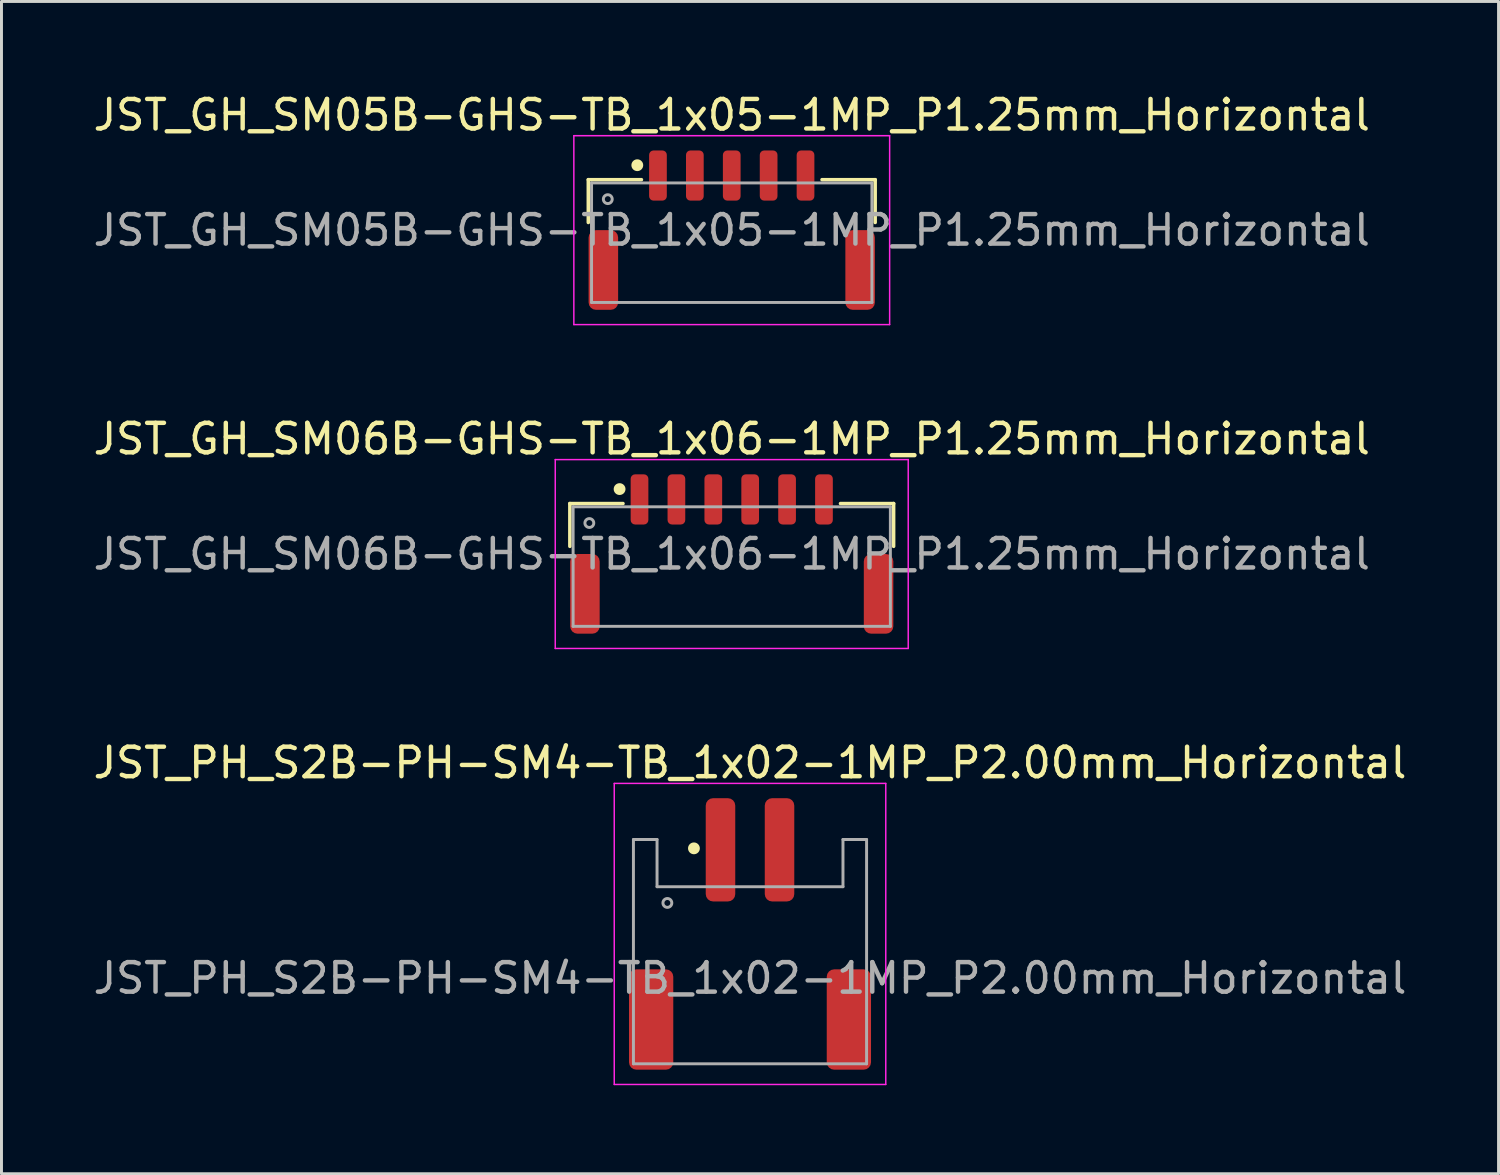
<source format=kicad_pcb>
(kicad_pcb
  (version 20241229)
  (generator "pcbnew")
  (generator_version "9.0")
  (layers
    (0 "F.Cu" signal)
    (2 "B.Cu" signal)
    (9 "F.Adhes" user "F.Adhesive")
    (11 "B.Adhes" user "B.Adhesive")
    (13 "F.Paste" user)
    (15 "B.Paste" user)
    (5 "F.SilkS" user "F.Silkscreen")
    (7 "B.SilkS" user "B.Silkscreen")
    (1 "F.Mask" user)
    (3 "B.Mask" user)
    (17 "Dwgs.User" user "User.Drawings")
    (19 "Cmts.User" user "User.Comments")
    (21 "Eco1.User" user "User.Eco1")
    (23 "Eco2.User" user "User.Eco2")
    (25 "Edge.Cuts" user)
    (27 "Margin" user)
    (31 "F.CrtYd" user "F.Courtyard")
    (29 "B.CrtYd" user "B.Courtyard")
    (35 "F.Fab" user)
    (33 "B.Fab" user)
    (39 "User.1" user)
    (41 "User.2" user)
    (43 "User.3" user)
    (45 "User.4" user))
  (footprint "JST_GH_SM06B-GHS-TB_1x06-1MP_P1.25mm_Horizontal"
    (layer "F.Cu")
    (at 21.744 15.722)
    (property "Reference" "JST_GH_SM06B-GHS-TB_1x06-1MP_P1.25mm_Horizontal" (at 0 -3.9 0) (layer "F.SilkS") (effects (font (size 1 1) (thickness 0.15))))
    (attr smd)
    (fp_line (start -5.485 -1.71) (end -3.685 -1.71) (stroke (width 0.12) (type solid)) (layer "F.SilkS"))
    (fp_line (start -5.485 -0.26) (end -5.485 -1.71) (stroke (width 0.12) (type solid)) (layer "F.SilkS"))
    (fp_line (start 5.485 -1.71) (end 3.685 -1.71) (stroke (width 0.12) (type solid)) (layer "F.SilkS"))
    (fp_line (start 5.485 -0.26) (end 5.485 -1.71) (stroke (width 0.12) (type solid)) (layer "F.SilkS"))
    (fp_circle (center -3.8 -2.2) (end -3.65 -2.2) (stroke (width 0.1) (type solid)) (fill yes) (layer "F.SilkS"))
    (fp_line (start -5.98 -3.2) (end -5.98 3.2) (stroke (width 0.05) (type solid)) (layer "F.CrtYd"))
    (fp_line (start -5.98 3.2) (end 5.98 3.2) (stroke (width 0.05) (type solid)) (layer "F.CrtYd"))
    (fp_line (start 5.98 -3.2) (end -5.98 -3.2) (stroke (width 0.05) (type solid)) (layer "F.CrtYd"))
    (fp_line (start 5.98 3.2) (end 5.98 -3.2) (stroke (width 0.05) (type solid)) (layer "F.CrtYd"))
    (fp_line (start -5.375 -1.6) (end -5.375 2.45) (stroke (width 0.1) (type solid)) (layer "F.Fab"))
    (fp_line (start -5.375 -1.6) (end 5.375 -1.6) (stroke (width 0.1) (type solid)) (layer "F.Fab"))
    (fp_line (start -5.375 2.45) (end 5.375 2.45) (stroke (width 0.1) (type solid)) (layer "F.Fab"))
    (fp_line (start 5.375 -1.6) (end 5.375 2.45) (stroke (width 0.1) (type solid)) (layer "F.Fab"))
    (fp_circle (center -4.825 -1.05) (end -4.675 -1.05) (stroke (width 0.1) (type solid)) (fill no) (layer "F.Fab"))
    (fp_text user "${REFERENCE}" (at 0 0 0) (layer "F.Fab") (effects (font (size 1 1) (thickness 0.15))))
    (pad "1" smd roundrect (at -3.125 -1.85) (size 0.6 1.7) (layers "F.Cu" "F.Mask" "F.Paste") (roundrect_rratio 0.25))
    (pad "2" smd roundrect (at -1.875 -1.85) (size 0.6 1.7) (layers "F.Cu" "F.Mask" "F.Paste") (roundrect_rratio 0.25))
    (pad "3" smd roundrect (at -0.625 -1.85) (size 0.6 1.7) (layers "F.Cu" "F.Mask" "F.Paste") (roundrect_rratio 0.25))
    (pad "4" smd roundrect (at 0.625 -1.85) (size 0.6 1.7) (layers "F.Cu" "F.Mask" "F.Paste") (roundrect_rratio 0.25))
    (pad "5" smd roundrect (at 1.875 -1.85) (size 0.6 1.7) (layers "F.Cu" "F.Mask" "F.Paste") (roundrect_rratio 0.25))
    (pad "6" smd roundrect (at 3.125 -1.85) (size 0.6 1.7) (layers "F.Cu" "F.Mask" "F.Paste") (roundrect_rratio 0.25))
    (pad "MP1" smd roundrect (at -4.975 1.35) (size 1 2.7) (layers "F.Cu" "F.Mask" "F.Paste") (roundrect_rratio 0.25))
    (pad "MP2" smd roundrect (at 4.975 1.35) (size 1 2.7) (layers "F.Cu" "F.Mask" "F.Paste") (roundrect_rratio 0.25)))
  (footprint "JST_PH_S2B-PH-SM4-TB_1x02-1MP_P2.00mm_Horizontal"
    (layer "F.Cu")
    (at 22.363 28.595)
    (property "Reference" "JST_PH_S2B-PH-SM4-TB_1x02-1MP_P2.00mm_Horizontal" (at 0 -5.8 0) (layer "F.SilkS") (effects (font (size 1 1) (thickness 0.15))))
    (attr smd)
    (fp_circle (center -1.9 -2.9) (end -1.75 -2.9) (stroke (width 0.1) (type solid)) (fill yes) (layer "F.SilkS"))
    (fp_line (start -4.6 -5.1) (end -4.6 5.1) (stroke (width 0.05) (type solid)) (layer "F.CrtYd"))
    (fp_line (start -4.6 5.1) (end 4.6 5.1) (stroke (width 0.05) (type solid)) (layer "F.CrtYd"))
    (fp_line (start 4.6 -5.1) (end -4.6 -5.1) (stroke (width 0.05) (type solid)) (layer "F.CrtYd"))
    (fp_line (start 4.6 5.1) (end 4.6 -5.1) (stroke (width 0.05) (type solid)) (layer "F.CrtYd"))
    (fp_line (start -3.95 -3.2) (end -3.95 4.4) (stroke (width 0.1) (type solid)) (layer "F.Fab"))
    (fp_line (start -3.95 -3.2) (end -3.15 -3.2) (stroke (width 0.1) (type solid)) (layer "F.Fab"))
    (fp_line (start -3.95 4.4) (end 3.95 4.4) (stroke (width 0.1) (type solid)) (layer "F.Fab"))
    (fp_line (start -3.15 -3.2) (end -3.15 -1.6) (stroke (width 0.1) (type solid)) (layer "F.Fab"))
    (fp_line (start -3.15 -1.6) (end 3.15 -1.6) (stroke (width 0.1) (type solid)) (layer "F.Fab"))
    (fp_line (start 3.15 -3.2) (end 3.95 -3.2) (stroke (width 0.1) (type solid)) (layer "F.Fab"))
    (fp_line (start 3.15 -1.6) (end 3.15 -3.2) (stroke (width 0.1) (type solid)) (layer "F.Fab"))
    (fp_line (start 3.95 -3.2) (end 3.95 4.4) (stroke (width 0.1) (type solid)) (layer "F.Fab"))
    (fp_circle (center -2.8 -1.05) (end -2.65 -1.05) (stroke (width 0.1) (type solid)) (fill no) (layer "F.Fab"))
    (fp_text user "${REFERENCE}" (at 0 1.5 0) (layer "F.Fab") (effects (font (size 1 1) (thickness 0.15))))
    (pad "1" smd roundrect (at -1 -2.85) (size 1 3.5) (layers "F.Cu" "F.Mask" "F.Paste") (roundrect_rratio 0.25))
    (pad "2" smd roundrect (at 1 -2.85) (size 1 3.5) (layers "F.Cu" "F.Mask" "F.Paste") (roundrect_rratio 0.25))
    (pad "MP1" smd roundrect (at -3.35 2.9) (size 1.5 3.4) (layers "F.Cu" "F.Mask" "F.Paste") (roundrect_rratio 0.167))
    (pad "MP2" smd roundrect (at 3.35 2.9) (size 1.5 3.4) (layers "F.Cu" "F.Mask" "F.Paste") (roundrect_rratio 0.167)))
  (footprint "JST_GH_SM05B-GHS-TB_1x05-1MP_P1.25mm_Horizontal"
    (layer "F.Cu")
    (at 21.744 4.748)
    (property "Reference" "JST_GH_SM05B-GHS-TB_1x05-1MP_P1.25mm_Horizontal" (at 0 -3.9 0) (layer "F.SilkS") (effects (font (size 1 1) (thickness 0.15))))
    (attr smd)
    (fp_line (start -4.86 -1.71) (end -3.06 -1.71) (stroke (width 0.12) (type solid)) (layer "F.SilkS"))
    (fp_line (start -4.86 -0.26) (end -4.86 -1.71) (stroke (width 0.12) (type solid)) (layer "F.SilkS"))
    (fp_line (start 4.86 -1.71) (end 3.06 -1.71) (stroke (width 0.12) (type solid)) (layer "F.SilkS"))
    (fp_line (start 4.86 -0.26) (end 4.86 -1.71) (stroke (width 0.12) (type solid)) (layer "F.SilkS"))
    (fp_circle (center -3.2 -2.2) (end -3.05 -2.2) (stroke (width 0.1) (type solid)) (fill yes) (layer "F.SilkS"))
    (fp_line (start -5.35 -3.2) (end -5.35 3.2) (stroke (width 0.05) (type solid)) (layer "F.CrtYd"))
    (fp_line (start -5.35 3.2) (end 5.35 3.2) (stroke (width 0.05) (type solid)) (layer "F.CrtYd"))
    (fp_line (start 5.35 -3.2) (end -5.35 -3.2) (stroke (width 0.05) (type solid)) (layer "F.CrtYd"))
    (fp_line (start 5.35 3.2) (end 5.35 -3.2) (stroke (width 0.05) (type solid)) (layer "F.CrtYd"))
    (fp_line (start -4.75 -1.6) (end -4.75 2.45) (stroke (width 0.1) (type solid)) (layer "F.Fab"))
    (fp_line (start -4.75 -1.6) (end 4.75 -1.6) (stroke (width 0.1) (type solid)) (layer "F.Fab"))
    (fp_line (start -4.75 2.45) (end 4.75 2.45) (stroke (width 0.1) (type solid)) (layer "F.Fab"))
    (fp_line (start 4.75 -1.6) (end 4.75 2.45) (stroke (width 0.1) (type solid)) (layer "F.Fab"))
    (fp_circle (center -4.2 -1.05) (end -4.05 -1.05) (stroke (width 0.1) (type solid)) (fill no) (layer "F.Fab"))
    (fp_text user "${REFERENCE}" (at 0 0 0) (layer "F.Fab") (effects (font (size 1 1) (thickness 0.15))))
    (pad "1" smd roundrect (at -2.5 -1.85) (size 0.6 1.7) (layers "F.Cu" "F.Mask" "F.Paste") (roundrect_rratio 0.25))
    (pad "2" smd roundrect (at -1.25 -1.85) (size 0.6 1.7) (layers "F.Cu" "F.Mask" "F.Paste") (roundrect_rratio 0.25))
    (pad "3" smd roundrect (at 0 -1.85) (size 0.6 1.7) (layers "F.Cu" "F.Mask" "F.Paste") (roundrect_rratio 0.25))
    (pad "4" smd roundrect (at 1.25 -1.85) (size 0.6 1.7) (layers "F.Cu" "F.Mask" "F.Paste") (roundrect_rratio 0.25))
    (pad "5" smd roundrect (at 2.5 -1.85) (size 0.6 1.7) (layers "F.Cu" "F.Mask" "F.Paste") (roundrect_rratio 0.25))
    (pad "MP1" smd roundrect (at -4.35 1.35) (size 1 2.7) (layers "F.Cu" "F.Mask" "F.Paste") (roundrect_rratio 0.25))
    (pad "MP2" smd roundrect (at 4.35 1.35) (size 1 2.7) (layers "F.Cu" "F.Mask" "F.Paste") (roundrect_rratio 0.25)))
  (gr_rect
    (start -3 -3)
    (end 47.726 36.72)
    (stroke (width 0.1) (type default))
    (fill no)
    (layer "Edge.Cuts")))
</source>
